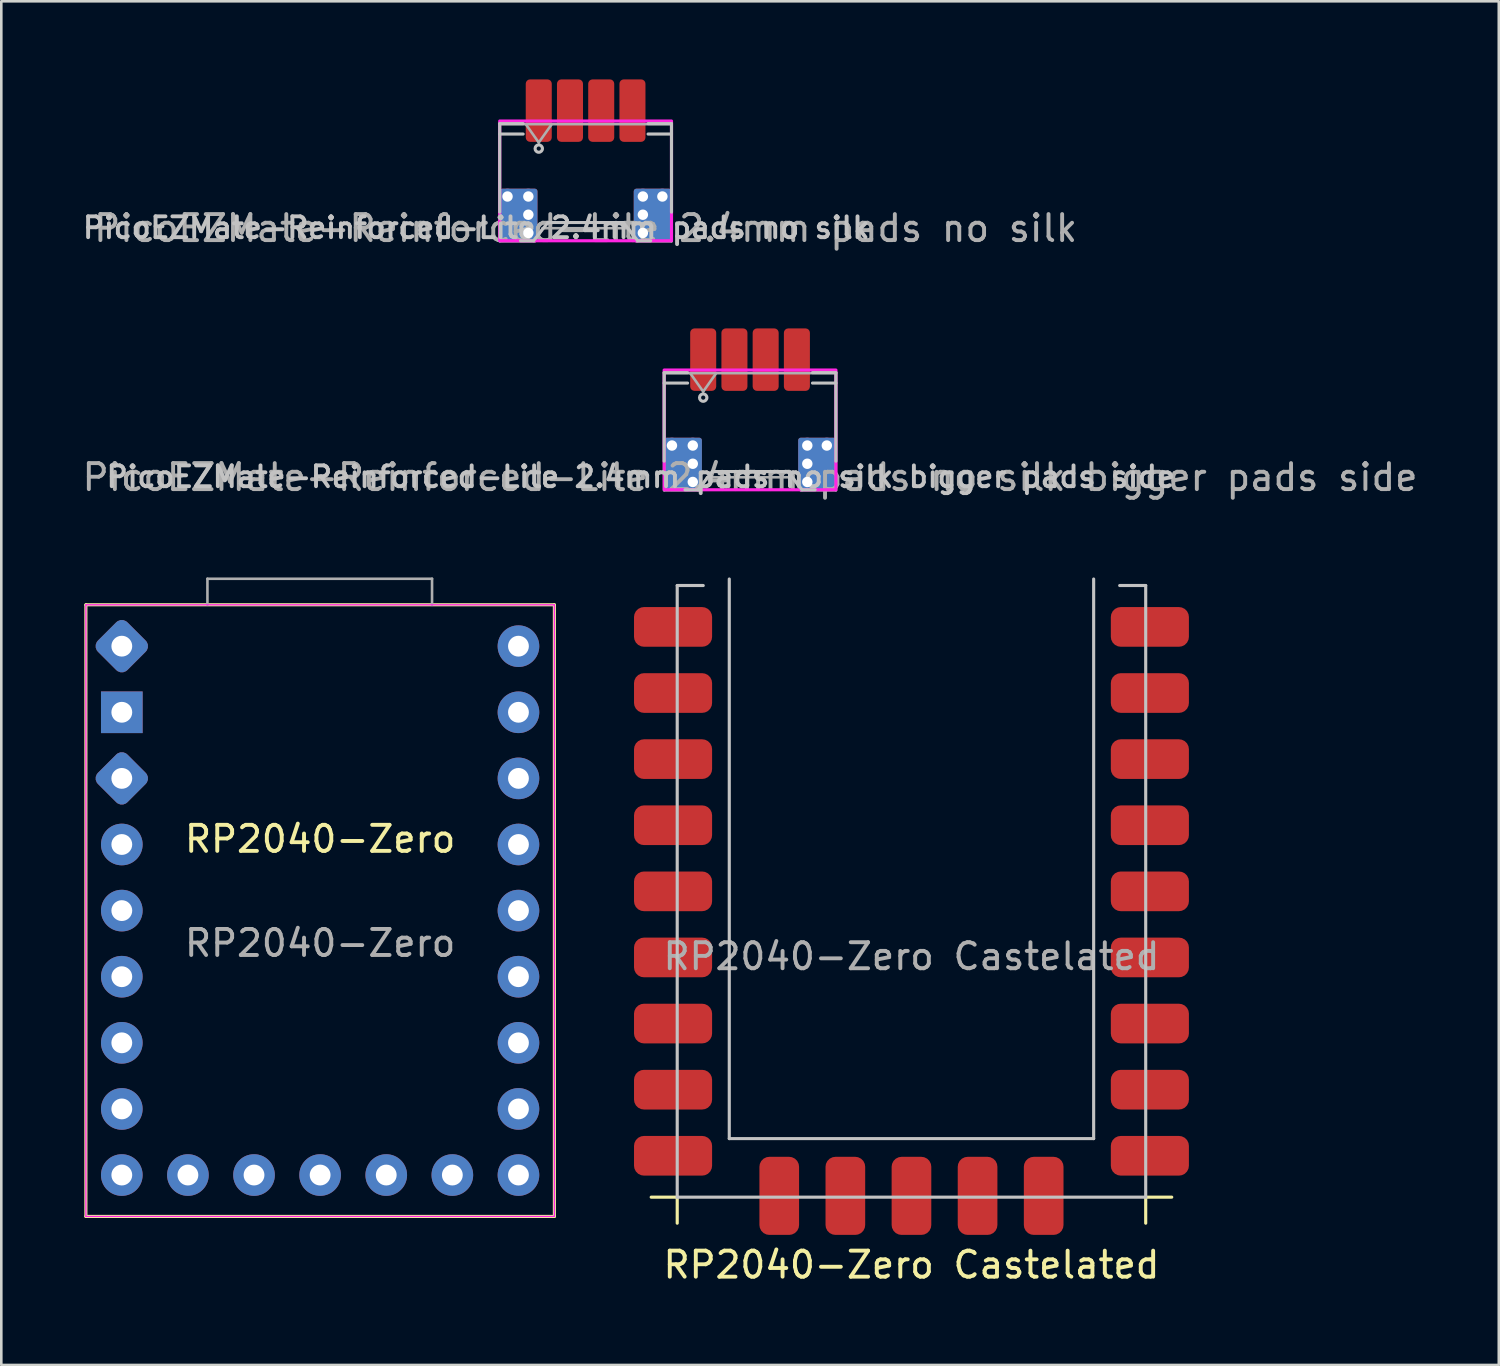
<source format=kicad_pcb>
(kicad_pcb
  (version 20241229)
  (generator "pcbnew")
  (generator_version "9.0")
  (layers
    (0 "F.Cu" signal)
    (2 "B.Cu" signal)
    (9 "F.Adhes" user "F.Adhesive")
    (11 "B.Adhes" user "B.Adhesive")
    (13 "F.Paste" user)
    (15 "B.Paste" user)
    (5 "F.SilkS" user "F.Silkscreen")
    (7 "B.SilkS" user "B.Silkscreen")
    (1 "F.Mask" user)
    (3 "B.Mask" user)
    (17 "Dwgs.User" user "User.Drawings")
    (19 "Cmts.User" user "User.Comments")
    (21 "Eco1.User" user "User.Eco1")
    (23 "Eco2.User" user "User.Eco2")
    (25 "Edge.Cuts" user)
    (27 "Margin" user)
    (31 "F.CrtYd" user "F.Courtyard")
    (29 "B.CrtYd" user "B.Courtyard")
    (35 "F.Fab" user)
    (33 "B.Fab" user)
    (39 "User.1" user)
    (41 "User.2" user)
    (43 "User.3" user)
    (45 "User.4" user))
  (footprint "PicoEZMate-Reinforced-Lite 2.4mm pads no silk bigger pads side"
    (layer "F.Cu")
    (at 25.768 13.268)
    (property "Reference" "PicoEZMate-Reinforced-Lite 2.4mm pads no silk bigger pads side" (at -4.2 2 180) (layer "Dwgs.User") (effects (font (size 0.8 0.8) (thickness 0.15))))
    (attr smd)
    (fp_line (start -3.3 -2) (end -3.3 1.4) (stroke (width 0.12) (type solid)) (layer "Dwgs.User"))
    (fp_line (start -3.3 -2) (end -2.4 -2) (stroke (width 0.12) (type solid)) (layer "Dwgs.User"))
    (fp_line (start -2.4 -1.6) (end -3.3 -1.6) (stroke (width 0.12) (type solid)) (layer "Dwgs.User"))
    (fp_line (start -2 2.5) (end -2.5 2.5) (stroke (width 0.12) (type solid)) (layer "Dwgs.User"))
    (fp_line (start -1.45 1.8) (end -2 2.5) (stroke (width 0.12) (type solid)) (layer "Dwgs.User"))
    (fp_line (start 1.45 1.8) (end -1.45 1.8) (stroke (width 0.12) (type solid)) (layer "Dwgs.User"))
    (fp_line (start 2 2.5) (end 1.45 1.8) (stroke (width 0.12) (type solid)) (layer "Dwgs.User"))
    (fp_line (start 2 2.5) (end 2.5 2.5) (stroke (width 0.12) (type solid)) (layer "Dwgs.User"))
    (fp_line (start 2.4 -2) (end 3.3 -2) (stroke (width 0.12) (type solid)) (layer "Dwgs.User"))
    (fp_line (start 3.3 -2) (end 3.3 1.4) (stroke (width 0.12) (type solid)) (layer "Dwgs.User"))
    (fp_line (start 3.3 -1.6) (end 2.4 -1.6) (stroke (width 0.12) (type solid)) (layer "Dwgs.User"))
    (fp_circle (center -1.8 -1.041) (end -1.659 -1.041) (stroke (width 0.12) (type solid)) (fill no) (layer "Dwgs.User"))
    (fp_rect (start -3.3 -2.1) (end 3.3 2.5) (stroke (width 0.12) (type solid)) (fill no) (layer "F.CrtYd"))
    (fp_line (start -3.3 -1.98) (end -3.3 2.52) (stroke (width 0.1) (type solid)) (layer "F.Fab"))
    (fp_line (start -3.3 -1.98) (end 3.3 -1.98) (stroke (width 0.1) (type solid)) (layer "F.Fab"))
    (fp_line (start -3.3 2.52) (end -1.95 2.52) (stroke (width 0.1) (type solid)) (layer "F.Fab"))
    (fp_line (start -2.3 -1.98) (end -1.8 -1.273) (stroke (width 0.1) (type solid)) (layer "F.Fab"))
    (fp_line (start -1.95 2.52) (end -1.65 2.02) (stroke (width 0.1) (type solid)) (layer "F.Fab"))
    (fp_line (start -1.8 -1.273) (end -1.3 -1.98) (stroke (width 0.1) (type solid)) (layer "F.Fab"))
    (fp_line (start -1.65 2.02) (end 1.65 2.02) (stroke (width 0.1) (type solid)) (layer "F.Fab"))
    (fp_line (start 1.65 2.02) (end 1.95 2.52) (stroke (width 0.1) (type solid)) (layer "F.Fab"))
    (fp_line (start 1.95 2.52) (end 3.3 2.52) (stroke (width 0.1) (type solid)) (layer "F.Fab"))
    (fp_line (start 3.3 -1.98) (end 3.3 2.52) (stroke (width 0.1) (type solid)) (layer "F.Fab"))
    (fp_text user "${REFERENCE}" (at 0 2.02 180) (layer "F.Fab") (effects (font (size 1 1) (thickness 0.15))))
    (pad "" smd roundrect (at -3.2 2) (size 1.2 1) (layers "F.Mask" "F.Paste") (roundrect_rratio 0.143))
    (pad "" thru_hole circle (at -3 0.8) (size 0.6 0.6) (drill 0.4) (layers "*.Cu"))
    (pad "" smd roundrect (at -2.575 1.5) (size 1.45 2) (layers "F.Cu") (roundrect_rratio 0.069))
    (pad "" smd roundrect (at -2.575 1.5) (size 1.45 2) (layers "B.Cu") (roundrect_rratio 0.069))
    (pad "" thru_hole circle (at -2.2 0.8) (size 0.6 0.6) (drill 0.4) (layers "*.Cu"))
    (pad "" thru_hole circle (at -2.2 1.5) (size 0.6 0.6) (drill 0.4) (layers "*.Cu"))
    (pad "" thru_hole circle (at -2.2 2.2) (size 0.6 0.6) (drill 0.4) (layers "*.Cu"))
    (pad "" smd roundrect (at -1.8 -2) (size 0.75 1.2) (layers "F.Mask" "F.Paste") (roundrect_rratio 0.167))
    (pad "" smd roundrect (at -0.6 -2) (size 0.75 1.2) (layers "F.Mask" "F.Paste") (roundrect_rratio 0.167))
    (pad "" smd roundrect (at 0.6 -2) (size 0.75 1.2) (layers "F.Mask" "F.Paste") (roundrect_rratio 0.167))
    (pad "" smd roundrect (at 1.8 -2) (size 0.75 1.2) (layers "F.Mask" "F.Paste") (roundrect_rratio 0.167))
    (pad "" thru_hole circle (at 2.2 0.8) (size 0.6 0.6) (drill 0.4) (layers "*.Cu"))
    (pad "" thru_hole circle (at 2.2 1.5) (size 0.6 0.6) (drill 0.4) (layers "*.Cu"))
    (pad "" thru_hole circle (at 2.2 2.2) (size 0.6 0.6) (drill 0.4) (layers "*.Cu"))
    (pad "" smd roundrect (at 2.575 1.5) (size 1.45 2) (layers "F.Cu") (roundrect_rratio 0.069))
    (pad "" smd roundrect (at 2.575 1.5) (size 1.45 2) (layers "B.Cu") (roundrect_rratio 0.069))
    (pad "" thru_hole circle (at 2.95 0.8) (size 0.6 0.6) (drill 0.4) (layers "*.Cu"))
    (pad "" smd roundrect (at 3.2 2) (size 1.2 1) (layers "F.Mask" "F.Paste") (roundrect_rratio 0.143))
    (pad "1" smd roundrect (at -1.8 -2.5) (size 1 2.4) (layers "F.Cu") (roundrect_rratio 0.167))
    (pad "2" smd roundrect (at -0.6 -2.5) (size 1 2.4) (layers "F.Cu") (roundrect_rratio 0.167))
    (pad "3" smd roundrect (at 0.6 -2.5) (size 1 2.4) (layers "F.Cu") (roundrect_rratio 0.167))
    (pad "4" smd roundrect (at 1.8 -2.5) (size 1 2.4) (layers "F.Cu") (roundrect_rratio 0.167)))
  (footprint "RP2040-Zero"
    (layer "F.Cu")
    (at 0.25 43.687)
    (property "Reference" "RP2040-Zero" (at 9 -14.5 0) (unlocked yes) (layer "F.SilkS") (effects (font (size 1 1) (thickness 0.15))))
    (attr through_hole)
    (fp_line (start 0 -23.5) (end 0 0) (stroke (width 0.12) (type solid)) (layer "F.SilkS"))
    (fp_line (start 0 0) (end 18 0) (stroke (width 0.12) (type solid)) (layer "F.SilkS"))
    (fp_line (start 18 -23.5) (end 0 -23.5) (stroke (width 0.12) (type solid)) (layer "F.SilkS"))
    (fp_line (start 18 0) (end 18 -23.5) (stroke (width 0.12) (type solid)) (layer "F.SilkS"))
    (fp_line (start 0 -23.5) (end 18 -23.5) (stroke (width 0.05) (type solid)) (layer "F.CrtYd"))
    (fp_line (start 0 0) (end 0 -23.5) (stroke (width 0.05) (type solid)) (layer "F.CrtYd"))
    (fp_line (start 18 -23.5) (end 18 0) (stroke (width 0.05) (type solid)) (layer "F.CrtYd"))
    (fp_line (start 18 0) (end 0 0) (stroke (width 0.05) (type solid)) (layer "F.CrtYd"))
    (fp_line (start 4.67 -24.5) (end 4.67 -23.5) (stroke (width 0.1) (type solid)) (layer "F.Fab"))
    (fp_line (start 4.67 -24.5) (end 13.3 -24.5) (stroke (width 0.1) (type solid)) (layer "F.Fab"))
    (fp_line (start 13.3 -24.5) (end 13.3 -23.5) (stroke (width 0.1) (type solid)) (layer "F.Fab"))
    (fp_text user "${REFERENCE}" (at 9 -10.5 0) (unlocked yes) (layer "F.Fab") (effects (font (size 1 1) (thickness 0.15))))
    (pad "0" thru_hole circle (at 16.62 -21.91) (size 1.6 1.6) (drill 0.8) (layers "*.Cu" "*.Mask"))
    (pad "1" thru_hole circle (at 16.62 -19.37) (size 1.6 1.6) (drill 0.8) (layers "*.Cu" "*.Mask"))
    (pad "2" thru_hole circle (at 16.62 -16.83) (size 1.6 1.6) (drill 0.8) (layers "*.Cu" "*.Mask"))
    (pad "3" thru_hole circle (at 16.62 -14.29) (size 1.6 1.6) (drill 0.8) (layers "*.Cu" "*.Mask"))
    (pad "4" thru_hole circle (at 16.62 -11.75) (size 1.6 1.6) (drill 0.8) (layers "*.Cu" "*.Mask"))
    (pad "5" thru_hole circle (at 16.62 -9.21) (size 1.6 1.6) (drill 0.8) (layers "*.Cu" "*.Mask"))
    (pad "6" thru_hole circle (at 16.62 -6.67) (size 1.6 1.6) (drill 0.8) (layers "*.Cu" "*.Mask"))
    (pad "7" thru_hole circle (at 16.62 -4.13) (size 1.6 1.6) (drill 0.8) (layers "*.Cu" "*.Mask"))
    (pad "8" thru_hole circle (at 16.62 -1.59) (size 1.6 1.6) (drill 0.8) (layers "*.Cu" "*.Mask"))
    (pad "9" thru_hole circle (at 14.08 -1.59) (size 1.6 1.6) (drill 0.8) (layers "*.Cu" "*.Mask"))
    (pad "10" thru_hole circle (at 11.54 -1.59) (size 1.6 1.6) (drill 0.8) (layers "*.Cu" "*.Mask"))
    (pad "11" thru_hole circle (at 9 -1.59) (size 1.6 1.6) (drill 0.8) (layers "*.Cu" "*.Mask"))
    (pad "12" thru_hole circle (at 6.46 -1.59) (size 1.6 1.6) (drill 0.8) (layers "*.Cu" "*.Mask"))
    (pad "13" thru_hole circle (at 3.92 -1.59) (size 1.6 1.6) (drill 0.8) (layers "*.Cu" "*.Mask"))
    (pad "14" thru_hole circle (at 1.38 -1.59) (size 1.6 1.6) (drill 0.8) (layers "*.Cu" "*.Mask"))
    (pad "15" thru_hole circle (at 1.38 -4.13) (size 1.6 1.6) (drill 0.8) (layers "*.Cu" "*.Mask"))
    (pad "26" thru_hole circle (at 1.38 -6.67) (size 1.6 1.6) (drill 0.8) (layers "*.Cu" "*.Mask"))
    (pad "27" thru_hole circle (at 1.38 -9.21) (size 1.6 1.6) (drill 0.8) (layers "*.Cu" "*.Mask"))
    (pad "28" thru_hole circle (at 1.38 -11.75) (size 1.6 1.6) (drill 0.8) (layers "*.Cu" "*.Mask"))
    (pad "29" thru_hole circle (at 1.38 -14.29) (size 1.6 1.6) (drill 0.8) (layers "*.Cu" "*.Mask"))
    (pad "G1" thru_hole rect (at 1.38 -19.37) (size 1.6 1.6) (drill 0.8) (layers "*.Cu" "*.Mask"))
    (pad "v3" thru_hole roundrect (at 1.38 -16.83 45) (size 1.6 1.6) (drill 0.8) (layers "*.Cu" "*.Mask") (roundrect_rratio 0.188))
    (pad "v5" thru_hole roundrect (at 1.38 -21.91 45) (size 1.6 1.6) (drill 0.8) (layers "*.Cu" "*.Mask") (roundrect_rratio 0.188)))
  (footprint "RP2040-Zero Castelated"
    (layer "F.Cu")
    (at 31.97 31.197)
    (property "Reference" "RP2040-Zero Castelated" (at 0 14.35 0) (unlocked yes) (layer "F.SilkS") (effects (font (size 1 1) (thickness 0.15))))
    (attr smd)
    (fp_line (start -9 11.75) (end -10 11.75) (stroke (width 0.12) (type solid)) (layer "F.SilkS"))
    (fp_line (start -9 11.75) (end -9 12.75) (stroke (width 0.12) (type solid)) (layer "F.SilkS"))
    (fp_line (start 9 11.75) (end 9 12.75) (stroke (width 0.12) (type solid)) (layer "F.SilkS"))
    (fp_line (start 9 11.75) (end 10 11.75) (stroke (width 0.12) (type solid)) (layer "F.SilkS"))
    (fp_line (start -9 -11.75) (end -9 11.75) (stroke (width 0.12) (type solid)) (layer "Dwgs.User"))
    (fp_line (start -9 -11.75) (end -8 -11.75) (stroke (width 0.12) (type solid)) (layer "Dwgs.User"))
    (fp_line (start -9 11.75) (end 9 11.75) (stroke (width 0.12) (type solid)) (layer "Dwgs.User"))
    (fp_line (start -7 -12) (end -7 9.5) (stroke (width 0.12) (type solid)) (layer "Dwgs.User"))
    (fp_line (start -7 9.5) (end 7 9.5) (stroke (width 0.12) (type solid)) (layer "Dwgs.User"))
    (fp_line (start 7 9.5) (end 7 -12) (stroke (width 0.12) (type solid)) (layer "Dwgs.User"))
    (fp_line (start 9 -11.75) (end 8 -11.75) (stroke (width 0.12) (type solid)) (layer "Dwgs.User"))
    (fp_line (start 9 11.75) (end 9 -11.75) (stroke (width 0.12) (type solid)) (layer "Dwgs.User"))
    (fp_text user "${REFERENCE}" (at 0 2.5 0) (unlocked yes) (layer "F.Fab") (effects (font (size 1 1) (thickness 0.15))))
    (pad "1" smd roundrect (at 9.16 -10.16 180) (size 3 1.524) (layers "F.Cu" "F.Mask" "F.Paste") (roundrect_rratio 0.25))
    (pad "2" smd roundrect (at 9.16 -7.62 180) (size 3 1.524) (layers "F.Cu" "F.Mask" "F.Paste") (roundrect_rratio 0.25))
    (pad "3" smd roundrect (at 9.16 -5.08 180) (size 3 1.524) (layers "F.Cu" "F.Mask" "F.Paste") (roundrect_rratio 0.25))
    (pad "4" smd roundrect (at 9.16 -2.54 180) (size 3 1.524) (layers "F.Cu" "F.Mask" "F.Paste") (roundrect_rratio 0.25))
    (pad "5" smd roundrect (at 9.16 0 180) (size 3 1.524) (layers "F.Cu" "F.Mask" "F.Paste") (roundrect_rratio 0.25))
    (pad "6" smd roundrect (at 9.16 2.54 180) (size 3 1.524) (layers "F.Cu" "F.Mask" "F.Paste") (roundrect_rratio 0.25))
    (pad "7" smd roundrect (at 9.16 5.08 180) (size 3 1.524) (layers "F.Cu" "F.Mask" "F.Paste") (roundrect_rratio 0.25))
    (pad "8" smd roundrect (at 9.16 7.62 180) (size 3 1.524) (layers "F.Cu" "F.Mask" "F.Paste") (roundrect_rratio 0.25))
    (pad "9" smd roundrect (at 9.16 10.16 180) (size 3 1.524) (layers "F.Cu" "F.Mask" "F.Paste") (roundrect_rratio 0.25))
    (pad "10" smd roundrect (at 5.08 11.7 270) (size 3 1.524) (layers "F.Cu" "F.Mask" "F.Paste") (roundrect_rratio 0.25))
    (pad "11" smd roundrect (at 2.54 11.7 270) (size 3 1.524) (layers "F.Cu" "F.Mask" "F.Paste") (roundrect_rratio 0.25))
    (pad "12" smd roundrect (at 0 11.7 270) (size 3 1.524) (layers "F.Cu" "F.Mask" "F.Paste") (roundrect_rratio 0.25))
    (pad "13" smd roundrect (at -2.54 11.7 270) (size 3 1.524) (layers "F.Cu" "F.Mask" "F.Paste") (roundrect_rratio 0.25))
    (pad "14" smd roundrect (at -5.08 11.7 90) (size 3 1.524) (layers "F.Cu" "F.Mask" "F.Paste") (roundrect_rratio 0.25))
    (pad "15" smd roundrect (at -9.16 10.16 180) (size 3 1.524) (layers "F.Cu" "F.Mask" "F.Paste") (roundrect_rratio 0.25))
    (pad "16" smd roundrect (at -9.16 7.62 180) (size 3 1.524) (layers "F.Cu" "F.Mask" "F.Paste") (roundrect_rratio 0.25))
    (pad "17" smd roundrect (at -9.16 5.08 180) (size 3 1.524) (layers "F.Cu" "F.Mask" "F.Paste") (roundrect_rratio 0.25))
    (pad "18" smd roundrect (at -9.16 2.54 180) (size 3 1.524) (layers "F.Cu" "F.Mask" "F.Paste") (roundrect_rratio 0.25))
    (pad "19" smd roundrect (at -9.16 0 180) (size 3 1.524) (layers "F.Cu" "F.Mask" "F.Paste") (roundrect_rratio 0.25))
    (pad "20" smd roundrect (at -9.16 -2.54 180) (size 3 1.524) (layers "F.Cu" "F.Mask" "F.Paste") (roundrect_rratio 0.25))
    (pad "21" smd roundrect (at -9.16 -5.08 180) (size 3 1.524) (layers "F.Cu" "F.Mask" "F.Paste") (roundrect_rratio 0.25))
    (pad "22" smd roundrect (at -9.16 -10.16 180) (size 3 1.524) (layers "F.Cu" "F.Mask" "F.Paste") (roundrect_rratio 0.25))
    (pad "23" smd roundrect (at -9.16 -7.62 180) (size 3 1.524) (layers "F.Cu" "F.Mask" "F.Paste") (roundrect_rratio 0.25)))
  (footprint "PicoEZMate-Reinforced-Lite 2.4mm pads no silk"
    (layer "F.Cu")
    (at 19.45 3.7)
    (property "Reference" "PicoEZMate-Reinforced-Lite 2.4mm pads no silk" (at -4.2 2 180) (layer "Dwgs.User") (effects (font (size 0.8 0.8) (thickness 0.15))))
    (attr smd)
    (fp_line (start -3.3 -2) (end -3.3 1.4) (stroke (width 0.12) (type solid)) (layer "Dwgs.User"))
    (fp_line (start -3.3 -2) (end -2.4 -2) (stroke (width 0.12) (type solid)) (layer "Dwgs.User"))
    (fp_line (start -2.4 -1.6) (end -3.3 -1.6) (stroke (width 0.12) (type solid)) (layer "Dwgs.User"))
    (fp_line (start -2 2.5) (end -2.5 2.5) (stroke (width 0.12) (type solid)) (layer "Dwgs.User"))
    (fp_line (start -1.45 1.8) (end -2 2.5) (stroke (width 0.12) (type solid)) (layer "Dwgs.User"))
    (fp_line (start 1.45 1.8) (end -1.45 1.8) (stroke (width 0.12) (type solid)) (layer "Dwgs.User"))
    (fp_line (start 2 2.5) (end 1.45 1.8) (stroke (width 0.12) (type solid)) (layer "Dwgs.User"))
    (fp_line (start 2 2.5) (end 2.5 2.5) (stroke (width 0.12) (type solid)) (layer "Dwgs.User"))
    (fp_line (start 2.4 -2) (end 3.3 -2) (stroke (width 0.12) (type solid)) (layer "Dwgs.User"))
    (fp_line (start 3.3 -2) (end 3.3 1.4) (stroke (width 0.12) (type solid)) (layer "Dwgs.User"))
    (fp_line (start 3.3 -1.6) (end 2.4 -1.6) (stroke (width 0.12) (type solid)) (layer "Dwgs.User"))
    (fp_circle (center -1.8 -1.041) (end -1.659 -1.041) (stroke (width 0.12) (type solid)) (fill no) (layer "Dwgs.User"))
    (fp_rect (start -3.3 -2.1) (end 3.3 2.5) (stroke (width 0.12) (type solid)) (fill no) (layer "F.CrtYd"))
    (fp_line (start -3.3 -1.98) (end -3.3 2.52) (stroke (width 0.1) (type solid)) (layer "F.Fab"))
    (fp_line (start -3.3 -1.98) (end 3.3 -1.98) (stroke (width 0.1) (type solid)) (layer "F.Fab"))
    (fp_line (start -3.3 2.52) (end -1.95 2.52) (stroke (width 0.1) (type solid)) (layer "F.Fab"))
    (fp_line (start -2.3 -1.98) (end -1.8 -1.273) (stroke (width 0.1) (type solid)) (layer "F.Fab"))
    (fp_line (start -1.95 2.52) (end -1.65 2.02) (stroke (width 0.1) (type solid)) (layer "F.Fab"))
    (fp_line (start -1.8 -1.273) (end -1.3 -1.98) (stroke (width 0.1) (type solid)) (layer "F.Fab"))
    (fp_line (start -1.65 2.02) (end 1.65 2.02) (stroke (width 0.1) (type solid)) (layer "F.Fab"))
    (fp_line (start 1.65 2.02) (end 1.95 2.52) (stroke (width 0.1) (type solid)) (layer "F.Fab"))
    (fp_line (start 1.95 2.52) (end 3.3 2.52) (stroke (width 0.1) (type solid)) (layer "F.Fab"))
    (fp_line (start 3.3 -1.98) (end 3.3 2.52) (stroke (width 0.1) (type solid)) (layer "F.Fab"))
    (fp_text user "${REFERENCE}" (at 0 2.02 180) (layer "F.Fab") (effects (font (size 1 1) (thickness 0.15))))
    (pad "" thru_hole circle (at -3 0.8) (size 0.6 0.6) (drill 0.4) (layers "*.Cu"))
    (pad "" smd roundrect (at -2.95 2) (size 0.7 1) (layers "F.Mask" "F.Paste") (roundrect_rratio 0.143))
    (pad "" smd roundrect (at -2.575 1.5) (size 1.45 2) (layers "F.Cu") (roundrect_rratio 0.069))
    (pad "" smd roundrect (at -2.575 1.5) (size 1.45 2) (layers "B.Cu") (roundrect_rratio 0.069))
    (pad "" thru_hole circle (at -2.2 0.8) (size 0.6 0.6) (drill 0.4) (layers "*.Cu"))
    (pad "" thru_hole circle (at -2.2 1.5) (size 0.6 0.6) (drill 0.4) (layers "*.Cu"))
    (pad "" thru_hole circle (at -2.2 2.2) (size 0.6 0.6) (drill 0.4) (layers "*.Cu"))
    (pad "" smd roundrect (at -1.8 -2) (size 0.75 1.2) (layers "F.Mask" "F.Paste") (roundrect_rratio 0.167))
    (pad "" smd roundrect (at -0.6 -2) (size 0.75 1.2) (layers "F.Mask" "F.Paste") (roundrect_rratio 0.167))
    (pad "" smd roundrect (at 0.6 -2) (size 0.75 1.2) (layers "F.Mask" "F.Paste") (roundrect_rratio 0.167))
    (pad "" smd roundrect (at 1.8 -2) (size 0.75 1.2) (layers "F.Mask" "F.Paste") (roundrect_rratio 0.167))
    (pad "" thru_hole circle (at 2.2 0.8) (size 0.6 0.6) (drill 0.4) (layers "*.Cu"))
    (pad "" thru_hole circle (at 2.2 1.5) (size 0.6 0.6) (drill 0.4) (layers "*.Cu"))
    (pad "" thru_hole circle (at 2.2 2.2) (size 0.6 0.6) (drill 0.4) (layers "*.Cu"))
    (pad "" smd roundrect (at 2.575 1.5) (size 1.45 2) (layers "F.Cu") (roundrect_rratio 0.069))
    (pad "" smd roundrect (at 2.575 1.5) (size 1.45 2) (layers "B.Cu") (roundrect_rratio 0.069))
    (pad "" thru_hole circle (at 2.95 0.8) (size 0.6 0.6) (drill 0.4) (layers "*.Cu"))
    (pad "" smd roundrect (at 2.95 2) (size 0.7 1) (layers "F.Mask" "F.Paste") (roundrect_rratio 0.143))
    (pad "1" smd roundrect (at -1.8 -2.5) (size 1 2.4) (layers "F.Cu") (roundrect_rratio 0.167))
    (pad "2" smd roundrect (at -0.6 -2.5) (size 1 2.4) (layers "F.Cu") (roundrect_rratio 0.167))
    (pad "3" smd roundrect (at 0.6 -2.5) (size 1 2.4) (layers "F.Cu") (roundrect_rratio 0.167))
    (pad "4" smd roundrect (at 1.8 -2.5) (size 1 2.4) (layers "F.Cu") (roundrect_rratio 0.167)))
  (gr_rect
    (start -3 -3)
    (end 54.536 49.395)
    (stroke (width 0.1) (type default))
    (fill no)
    (layer "Edge.Cuts")))
</source>
